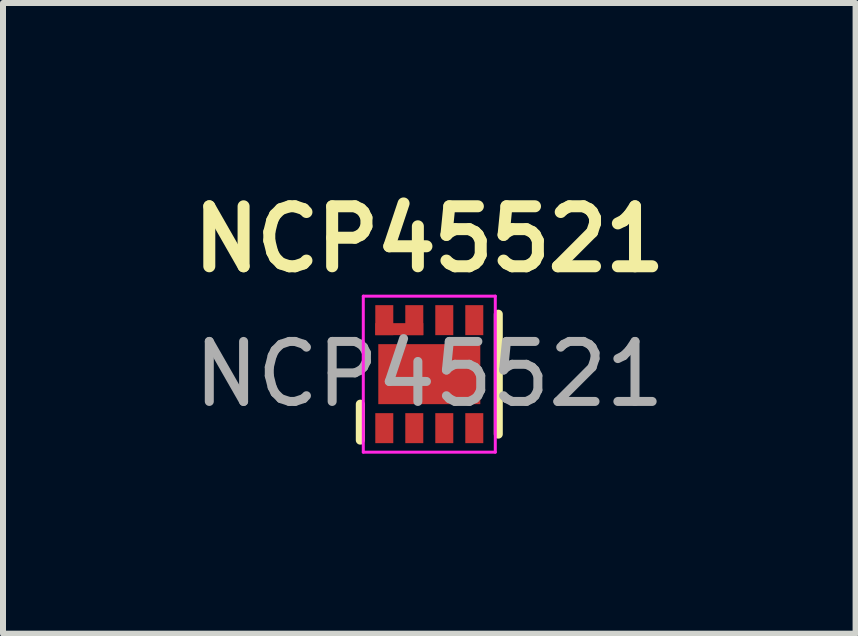
<source format=kicad_pcb>
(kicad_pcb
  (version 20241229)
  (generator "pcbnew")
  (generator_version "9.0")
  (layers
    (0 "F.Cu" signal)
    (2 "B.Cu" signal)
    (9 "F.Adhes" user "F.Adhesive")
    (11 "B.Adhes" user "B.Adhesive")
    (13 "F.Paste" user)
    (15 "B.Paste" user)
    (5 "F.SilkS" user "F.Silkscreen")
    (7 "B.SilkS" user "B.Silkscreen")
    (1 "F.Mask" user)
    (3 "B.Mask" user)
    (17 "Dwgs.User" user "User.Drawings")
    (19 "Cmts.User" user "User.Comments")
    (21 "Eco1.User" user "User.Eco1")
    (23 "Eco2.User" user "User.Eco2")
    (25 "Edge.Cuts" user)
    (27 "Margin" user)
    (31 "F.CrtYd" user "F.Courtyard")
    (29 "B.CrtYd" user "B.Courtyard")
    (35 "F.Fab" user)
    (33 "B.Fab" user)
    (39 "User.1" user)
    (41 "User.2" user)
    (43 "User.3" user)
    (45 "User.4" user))
  (footprint "NCP45521"
    (layer "F.Cu")
    (at 4.105 3.186)
    (property "Reference" "NCP45521" (at 0 -2.25 0) (unlocked yes) (layer "F.SilkS") (effects (font (size 1 1) (thickness 0.2) (bold yes))))
    (attr smd)
    (fp_line (start -1.15 0.5) (end -1.15 1.1) (stroke (width 0.15) (type default)) (layer "F.SilkS"))
    (fp_line (start 1.15 -1) (end 1.15 1) (stroke (width 0.15) (type default)) (layer "F.SilkS"))
    (fp_line (start -1.1 -1.3) (end -1.1 1.3) (stroke (width 0.05) (type default)) (layer "F.CrtYd"))
    (fp_line (start -1.1 1.3) (end 1.1 1.3) (stroke (width 0.05) (type default)) (layer "F.CrtYd"))
    (fp_line (start 1.1 -1.3) (end -1.1 -1.3) (stroke (width 0.05) (type default)) (layer "F.CrtYd"))
    (fp_line (start 1.1 1.3) (end 1.1 -1.3) (stroke (width 0.05) (type default)) (layer "F.CrtYd"))
    (fp_text user "${REFERENCE}" (at 0 0 0) (unlocked yes) (layer "F.Fab") (effects (font (size 1 1) (thickness 0.15))))
    (pad "1" smd rect (at -0.75 0.9) (size 0.3 0.5) (layers "F.Cu" "F.Mask" "F.Paste"))
    (pad "2" smd rect (at -0.25 0.9) (size 0.3 0.5) (layers "F.Cu" "F.Mask" "F.Paste"))
    (pad "3" smd rect (at 0.25 0.9) (size 0.3 0.5) (layers "F.Cu" "F.Mask" "F.Paste"))
    (pad "4" smd rect (at 0.75 0.9) (size 0.3 0.5) (layers "F.Cu" "F.Mask" "F.Paste"))
    (pad "5" smd rect (at 0.75 -0.9) (size 0.3 0.5) (layers "F.Cu" "F.Mask" "F.Paste"))
    (pad "6" smd rect (at 0.25 -0.9) (size 0.3 0.5) (layers "F.Cu" "F.Mask" "F.Paste"))
    (pad "7" smd rect (at -0.75 -0.9) (size 0.3 0.5) (layers "F.Cu" "F.Mask" "F.Paste"))
    (pad "7" smd rect (at -0.5 -0.75) (size 0.8 0.2) (layers "F.Cu" "F.Mask" "F.Paste"))
    (pad "7" smd rect (at -0.25 -0.9) (size 0.3 0.5) (layers "F.Cu" "F.Mask" "F.Paste"))
    (pad "9" smd rect (at 0 0) (size 1.7 1) (layers "F.Cu" "F.Mask" "F.Paste")))
  (gr_rect
    (start -3 -3)
    (end 11.21 7.511)
    (stroke (width 0.1) (type default))
    (fill no)
    (layer "Edge.Cuts")))
</source>
